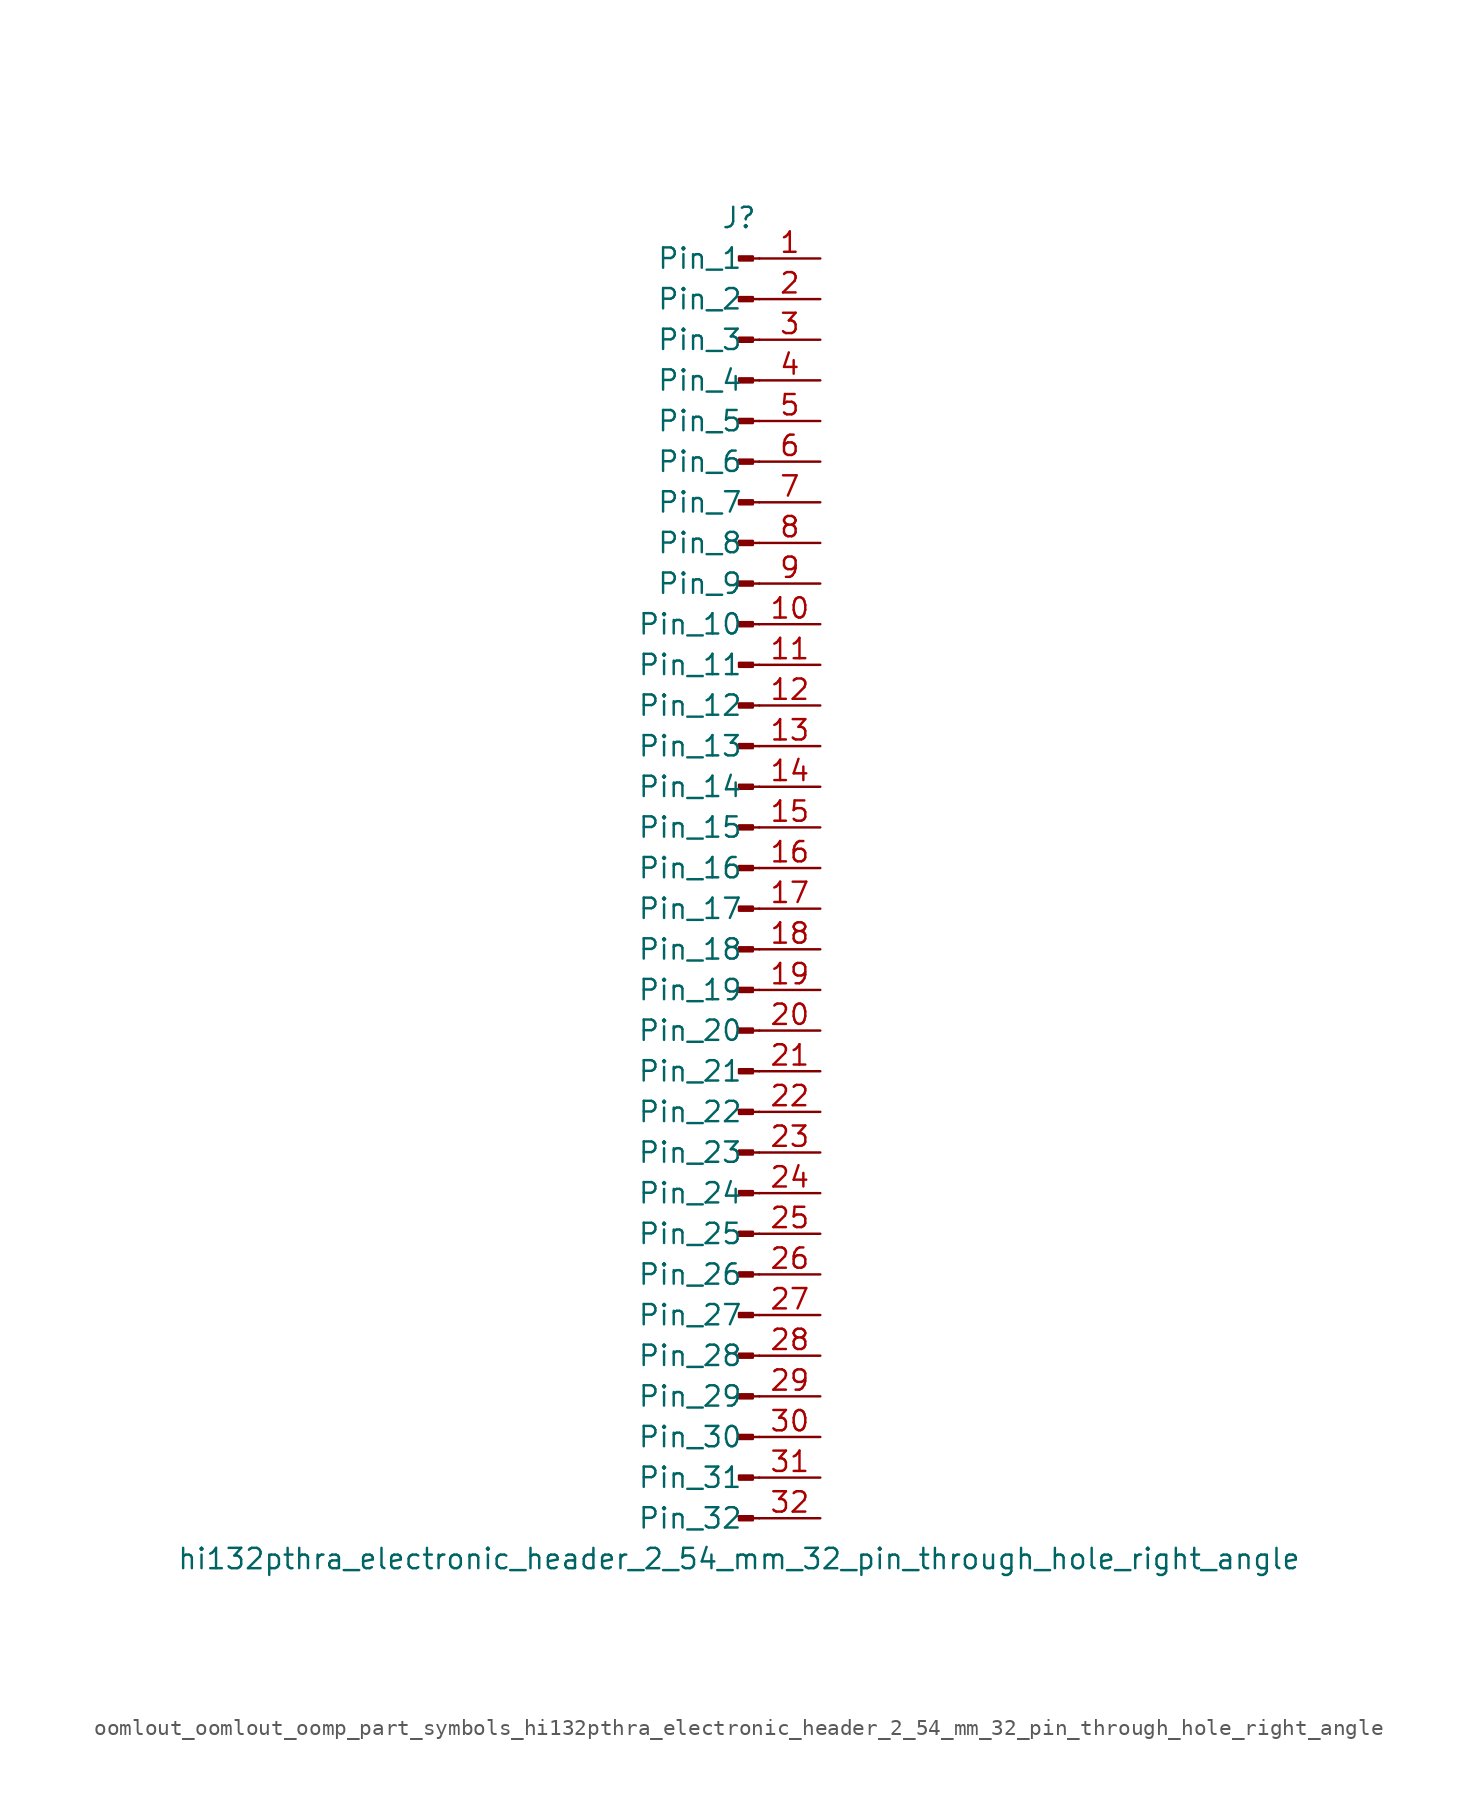
<source format=kicad_sym>
(kicad_symbol_lib
  (version 20220914)
  (generator kicad_symbol_editor)
  (symbol "oomlout_oomlout_oomp_part_symbols_hi132pthra_electronic_header_2_54_mm_32_pin_through_hole_right_angle"
    (pin_names
      (offset 1.016))
    (property "Reference" "J"
      (at 0 40.64 0)
      (effects (font (size 1.27 1.27))))
    (property "Value" "hi132pthra_electronic_header_2_54_mm_32_pin_through_hole_right_angle"
      (at 0 -43.18 0)
      (effects (font (size 1.27 1.27))))
    (property "ki_locked" ""
      (at 0 0 0)
      (effects (font (size 1.27 1.27))))
    (symbol "oomlout_oomlout_oomp_part_symbols_hi132pthra_electronic_header_2_54_mm_32_pin_through_hole_right_angle_1_1"
      (polyline (pts (xy 1.27 -40.64) (xy 0.864 -40.64)) (stroke (width 0.152) (type default)) (fill (type none)))
      (polyline (pts (xy 1.27 -38.1) (xy 0.864 -38.1)) (stroke (width 0.152) (type default)) (fill (type none)))
      (polyline (pts (xy 1.27 -35.56) (xy 0.864 -35.56)) (stroke (width 0.152) (type default)) (fill (type none)))
      (polyline (pts (xy 1.27 -33.02) (xy 0.864 -33.02)) (stroke (width 0.152) (type default)) (fill (type none)))
      (polyline (pts (xy 1.27 -30.48) (xy 0.864 -30.48)) (stroke (width 0.152) (type default)) (fill (type none)))
      (polyline (pts (xy 1.27 -27.94) (xy 0.864 -27.94)) (stroke (width 0.152) (type default)) (fill (type none)))
      (polyline (pts (xy 1.27 -25.4) (xy 0.864 -25.4)) (stroke (width 0.152) (type default)) (fill (type none)))
      (polyline (pts (xy 1.27 -22.86) (xy 0.864 -22.86)) (stroke (width 0.152) (type default)) (fill (type none)))
      (polyline (pts (xy 1.27 -20.32) (xy 0.864 -20.32)) (stroke (width 0.152) (type default)) (fill (type none)))
      (polyline (pts (xy 1.27 -17.78) (xy 0.864 -17.78)) (stroke (width 0.152) (type default)) (fill (type none)))
      (polyline (pts (xy 1.27 -15.24) (xy 0.864 -15.24)) (stroke (width 0.152) (type default)) (fill (type none)))
      (polyline (pts (xy 1.27 -12.7) (xy 0.864 -12.7)) (stroke (width 0.152) (type default)) (fill (type none)))
      (polyline (pts (xy 1.27 -10.16) (xy 0.864 -10.16)) (stroke (width 0.152) (type default)) (fill (type none)))
      (polyline (pts (xy 1.27 -7.62) (xy 0.864 -7.62)) (stroke (width 0.152) (type default)) (fill (type none)))
      (polyline (pts (xy 1.27 -5.08) (xy 0.864 -5.08)) (stroke (width 0.152) (type default)) (fill (type none)))
      (polyline (pts (xy 1.27 -2.54) (xy 0.864 -2.54)) (stroke (width 0.152) (type default)) (fill (type none)))
      (polyline (pts (xy 1.27 0) (xy 0.864 0)) (stroke (width 0.152) (type default)) (fill (type none)))
      (polyline (pts (xy 1.27 2.54) (xy 0.864 2.54)) (stroke (width 0.152) (type default)) (fill (type none)))
      (polyline (pts (xy 1.27 5.08) (xy 0.864 5.08)) (stroke (width 0.152) (type default)) (fill (type none)))
      (polyline (pts (xy 1.27 7.62) (xy 0.864 7.62)) (stroke (width 0.152) (type default)) (fill (type none)))
      (polyline (pts (xy 1.27 10.16) (xy 0.864 10.16)) (stroke (width 0.152) (type default)) (fill (type none)))
      (polyline (pts (xy 1.27 12.7) (xy 0.864 12.7)) (stroke (width 0.152) (type default)) (fill (type none)))
      (polyline (pts (xy 1.27 15.24) (xy 0.864 15.24)) (stroke (width 0.152) (type default)) (fill (type none)))
      (polyline (pts (xy 1.27 17.78) (xy 0.864 17.78)) (stroke (width 0.152) (type default)) (fill (type none)))
      (polyline (pts (xy 1.27 20.32) (xy 0.864 20.32)) (stroke (width 0.152) (type default)) (fill (type none)))
      (polyline (pts (xy 1.27 22.86) (xy 0.864 22.86)) (stroke (width 0.152) (type default)) (fill (type none)))
      (polyline (pts (xy 1.27 25.4) (xy 0.864 25.4)) (stroke (width 0.152) (type default)) (fill (type none)))
      (polyline (pts (xy 1.27 27.94) (xy 0.864 27.94)) (stroke (width 0.152) (type default)) (fill (type none)))
      (polyline (pts (xy 1.27 30.48) (xy 0.864 30.48)) (stroke (width 0.152) (type default)) (fill (type none)))
      (polyline (pts (xy 1.27 33.02) (xy 0.864 33.02)) (stroke (width 0.152) (type default)) (fill (type none)))
      (polyline (pts (xy 1.27 35.56) (xy 0.864 35.56)) (stroke (width 0.152) (type default)) (fill (type none)))
      (polyline (pts (xy 1.27 38.1) (xy 0.864 38.1)) (stroke (width 0.152) (type default)) (fill (type none)))
      (rectangle (start 0.864 -40.513) (end 0 -40.767) (stroke (width 0.152) (type default)) (fill (type outline)))
      (rectangle (start 0.864 -37.973) (end 0 -38.227) (stroke (width 0.152) (type default)) (fill (type outline)))
      (rectangle (start 0.864 -35.433) (end 0 -35.687) (stroke (width 0.152) (type default)) (fill (type outline)))
      (rectangle (start 0.864 -32.893) (end 0 -33.147) (stroke (width 0.152) (type default)) (fill (type outline)))
      (rectangle (start 0.864 -30.353) (end 0 -30.607) (stroke (width 0.152) (type default)) (fill (type outline)))
      (rectangle (start 0.864 -27.813) (end 0 -28.067) (stroke (width 0.152) (type default)) (fill (type outline)))
      (rectangle (start 0.864 -25.273) (end 0 -25.527) (stroke (width 0.152) (type default)) (fill (type outline)))
      (rectangle (start 0.864 -22.733) (end 0 -22.987) (stroke (width 0.152) (type default)) (fill (type outline)))
      (rectangle (start 0.864 -20.193) (end 0 -20.447) (stroke (width 0.152) (type default)) (fill (type outline)))
      (rectangle (start 0.864 -17.653) (end 0 -17.907) (stroke (width 0.152) (type default)) (fill (type outline)))
      (rectangle (start 0.864 -15.113) (end 0 -15.367) (stroke (width 0.152) (type default)) (fill (type outline)))
      (rectangle (start 0.864 -12.573) (end 0 -12.827) (stroke (width 0.152) (type default)) (fill (type outline)))
      (rectangle (start 0.864 -10.033) (end 0 -10.287) (stroke (width 0.152) (type default)) (fill (type outline)))
      (rectangle (start 0.864 -7.493) (end 0 -7.747) (stroke (width 0.152) (type default)) (fill (type outline)))
      (rectangle (start 0.864 -4.953) (end 0 -5.207) (stroke (width 0.152) (type default)) (fill (type outline)))
      (rectangle (start 0.864 -2.413) (end 0 -2.667) (stroke (width 0.152) (type default)) (fill (type outline)))
      (rectangle (start 0.864 0.127) (end 0 -0.127) (stroke (width 0.152) (type default)) (fill (type outline)))
      (rectangle (start 0.864 2.667) (end 0 2.413) (stroke (width 0.152) (type default)) (fill (type outline)))
      (rectangle (start 0.864 5.207) (end 0 4.953) (stroke (width 0.152) (type default)) (fill (type outline)))
      (rectangle (start 0.864 7.747) (end 0 7.493) (stroke (width 0.152) (type default)) (fill (type outline)))
      (rectangle (start 0.864 10.287) (end 0 10.033) (stroke (width 0.152) (type default)) (fill (type outline)))
      (rectangle (start 0.864 12.827) (end 0 12.573) (stroke (width 0.152) (type default)) (fill (type outline)))
      (rectangle (start 0.864 15.367) (end 0 15.113) (stroke (width 0.152) (type default)) (fill (type outline)))
      (rectangle (start 0.864 17.907) (end 0 17.653) (stroke (width 0.152) (type default)) (fill (type outline)))
      (rectangle (start 0.864 20.447) (end 0 20.193) (stroke (width 0.152) (type default)) (fill (type outline)))
      (rectangle (start 0.864 22.987) (end 0 22.733) (stroke (width 0.152) (type default)) (fill (type outline)))
      (rectangle (start 0.864 25.527) (end 0 25.273) (stroke (width 0.152) (type default)) (fill (type outline)))
      (rectangle (start 0.864 28.067) (end 0 27.813) (stroke (width 0.152) (type default)) (fill (type outline)))
      (rectangle (start 0.864 30.607) (end 0 30.353) (stroke (width 0.152) (type default)) (fill (type outline)))
      (rectangle (start 0.864 33.147) (end 0 32.893) (stroke (width 0.152) (type default)) (fill (type outline)))
      (rectangle (start 0.864 35.687) (end 0 35.433) (stroke (width 0.152) (type default)) (fill (type outline)))
      (rectangle (start 0.864 38.227) (end 0 37.973) (stroke (width 0.152) (type default)) (fill (type outline)))
      (pin passive line (at 5.08 38.1 180) (length 3.81) (name "Pin_1" (effects (font (size 1.27 1.27)))) (number "1" (effects (font (size 1.27 1.27)))))
      (pin passive line (at 5.08 15.24 180) (length 3.81) (name "Pin_10" (effects (font (size 1.27 1.27)))) (number "10" (effects (font (size 1.27 1.27)))))
      (pin passive line (at 5.08 12.7 180) (length 3.81) (name "Pin_11" (effects (font (size 1.27 1.27)))) (number "11" (effects (font (size 1.27 1.27)))))
      (pin passive line (at 5.08 10.16 180) (length 3.81) (name "Pin_12" (effects (font (size 1.27 1.27)))) (number "12" (effects (font (size 1.27 1.27)))))
      (pin passive line (at 5.08 7.62 180) (length 3.81) (name "Pin_13" (effects (font (size 1.27 1.27)))) (number "13" (effects (font (size 1.27 1.27)))))
      (pin passive line (at 5.08 5.08 180) (length 3.81) (name "Pin_14" (effects (font (size 1.27 1.27)))) (number "14" (effects (font (size 1.27 1.27)))))
      (pin passive line (at 5.08 2.54 180) (length 3.81) (name "Pin_15" (effects (font (size 1.27 1.27)))) (number "15" (effects (font (size 1.27 1.27)))))
      (pin passive line (at 5.08 0 180) (length 3.81) (name "Pin_16" (effects (font (size 1.27 1.27)))) (number "16" (effects (font (size 1.27 1.27)))))
      (pin passive line (at 5.08 -2.54 180) (length 3.81) (name "Pin_17" (effects (font (size 1.27 1.27)))) (number "17" (effects (font (size 1.27 1.27)))))
      (pin passive line (at 5.08 -5.08 180) (length 3.81) (name "Pin_18" (effects (font (size 1.27 1.27)))) (number "18" (effects (font (size 1.27 1.27)))))
      (pin passive line (at 5.08 -7.62 180) (length 3.81) (name "Pin_19" (effects (font (size 1.27 1.27)))) (number "19" (effects (font (size 1.27 1.27)))))
      (pin passive line (at 5.08 35.56 180) (length 3.81) (name "Pin_2" (effects (font (size 1.27 1.27)))) (number "2" (effects (font (size 1.27 1.27)))))
      (pin passive line (at 5.08 -10.16 180) (length 3.81) (name "Pin_20" (effects (font (size 1.27 1.27)))) (number "20" (effects (font (size 1.27 1.27)))))
      (pin passive line (at 5.08 -12.7 180) (length 3.81) (name "Pin_21" (effects (font (size 1.27 1.27)))) (number "21" (effects (font (size 1.27 1.27)))))
      (pin passive line (at 5.08 -15.24 180) (length 3.81) (name "Pin_22" (effects (font (size 1.27 1.27)))) (number "22" (effects (font (size 1.27 1.27)))))
      (pin passive line (at 5.08 -17.78 180) (length 3.81) (name "Pin_23" (effects (font (size 1.27 1.27)))) (number "23" (effects (font (size 1.27 1.27)))))
      (pin passive line (at 5.08 -20.32 180) (length 3.81) (name "Pin_24" (effects (font (size 1.27 1.27)))) (number "24" (effects (font (size 1.27 1.27)))))
      (pin passive line (at 5.08 -22.86 180) (length 3.81) (name "Pin_25" (effects (font (size 1.27 1.27)))) (number "25" (effects (font (size 1.27 1.27)))))
      (pin passive line (at 5.08 -25.4 180) (length 3.81) (name "Pin_26" (effects (font (size 1.27 1.27)))) (number "26" (effects (font (size 1.27 1.27)))))
      (pin passive line (at 5.08 -27.94 180) (length 3.81) (name "Pin_27" (effects (font (size 1.27 1.27)))) (number "27" (effects (font (size 1.27 1.27)))))
      (pin passive line (at 5.08 -30.48 180) (length 3.81) (name "Pin_28" (effects (font (size 1.27 1.27)))) (number "28" (effects (font (size 1.27 1.27)))))
      (pin passive line (at 5.08 -33.02 180) (length 3.81) (name "Pin_29" (effects (font (size 1.27 1.27)))) (number "29" (effects (font (size 1.27 1.27)))))
      (pin passive line (at 5.08 33.02 180) (length 3.81) (name "Pin_3" (effects (font (size 1.27 1.27)))) (number "3" (effects (font (size 1.27 1.27)))))
      (pin passive line (at 5.08 -35.56 180) (length 3.81) (name "Pin_30" (effects (font (size 1.27 1.27)))) (number "30" (effects (font (size 1.27 1.27)))))
      (pin passive line (at 5.08 -38.1 180) (length 3.81) (name "Pin_31" (effects (font (size 1.27 1.27)))) (number "31" (effects (font (size 1.27 1.27)))))
      (pin passive line (at 5.08 -40.64 180) (length 3.81) (name "Pin_32" (effects (font (size 1.27 1.27)))) (number "32" (effects (font (size 1.27 1.27)))))
      (pin passive line (at 5.08 30.48 180) (length 3.81) (name "Pin_4" (effects (font (size 1.27 1.27)))) (number "4" (effects (font (size 1.27 1.27)))))
      (pin passive line (at 5.08 27.94 180) (length 3.81) (name "Pin_5" (effects (font (size 1.27 1.27)))) (number "5" (effects (font (size 1.27 1.27)))))
      (pin passive line (at 5.08 25.4 180) (length 3.81) (name "Pin_6" (effects (font (size 1.27 1.27)))) (number "6" (effects (font (size 1.27 1.27)))))
      (pin passive line (at 5.08 22.86 180) (length 3.81) (name "Pin_7" (effects (font (size 1.27 1.27)))) (number "7" (effects (font (size 1.27 1.27)))))
      (pin passive line (at 5.08 20.32 180) (length 3.81) (name "Pin_8" (effects (font (size 1.27 1.27)))) (number "8" (effects (font (size 1.27 1.27)))))
      (pin passive line (at 5.08 17.78 180) (length 3.81) (name "Pin_9" (effects (font (size 1.27 1.27)))) (number "9" (effects (font (size 1.27 1.27))))))))
</source>
